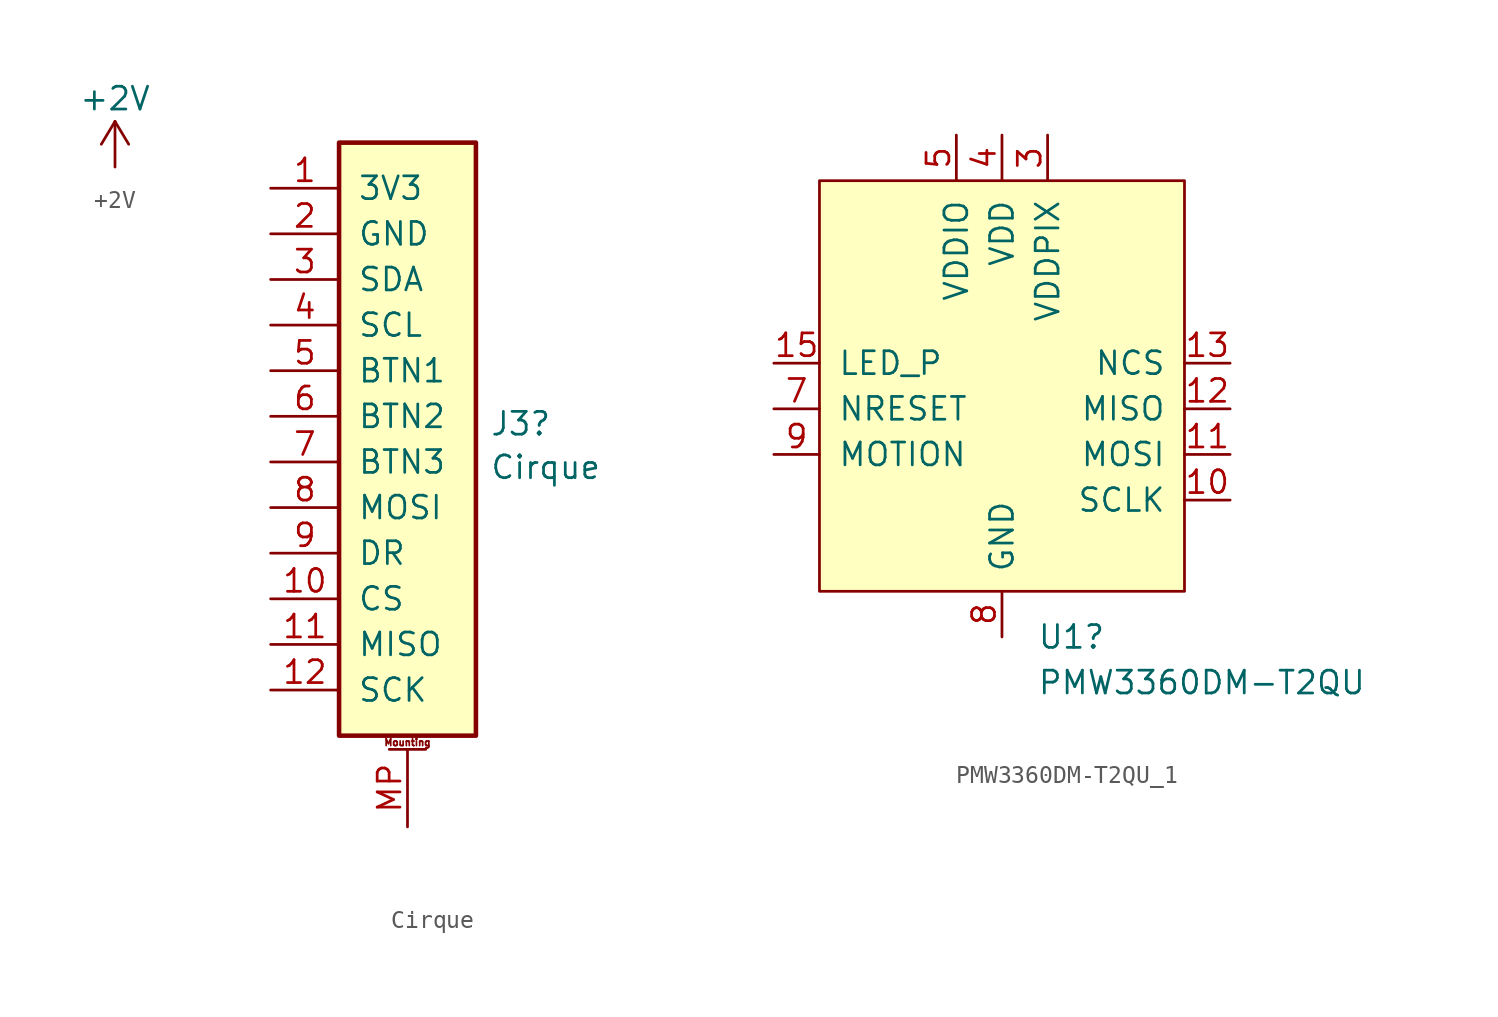
<source format=kicad_sym>
(kicad_symbol_lib
  (version 20220914)
  (generator kicad_symbol_editor)
  (symbol "+2V"
    (power)
    (pin_names
      (offset 0))
    (property "Reference" "#PWR06"
      (at 0 -3.81 0)
      (effects (font (size 1.27 1.27)) hide))
    (property "Value" "+2V"
      (at 0 3.81 0)
      (effects (font (size 1.27 1.27))))
    (symbol "+2V_0_1"
      (polyline (pts (xy -0.762 1.27) (xy 0 2.54)) (stroke (width 0) (type default)) (fill (type none)))
      (polyline (pts (xy 0 0) (xy 0 2.54)) (stroke (width 0) (type default)) (fill (type none)))
      (polyline (pts (xy 0 2.54) (xy 0.762 1.27)) (stroke (width 0) (type default)) (fill (type none))))
    (symbol "+2V_1_1"
      (pin power_in line (at 0 0 90) (length 0) hide (name "+2V" (effects (font (size 1.27 1.27)))) (number "1" (effects (font (size 1.27 1.27)))))))
  (symbol "Cirque"
    (pin_names
      (offset 1.016))
    (property "Reference" "J3"
      (at 4.572 -0.413 0)
      (effects (font (size 1.27 1.27)) (justify left)))
    (property "Value" "Cirque"
      (at 4.572 -2.838 0)
      (effects (font (size 1.27 1.27)) (justify left)))
    (symbol "Cirque_1_1"
      (rectangle (start -3.81 15.24) (end 3.81 -17.78) (stroke (width 0.254) (type default)) (fill (type background)))
      (polyline (pts (xy -1.016 -18.542) (xy 1.016 -18.542)) (stroke (width 0.152) (type default)) (fill (type none)))
      (text "Mounting" (at 0 -18.161 0) (effects (font (size 0.381 0.381))))
      (pin passive line (at -7.62 12.7 0) (length 3.81) (name "3V3" (effects (font (size 1.27 1.27)))) (number "1" (effects (font (size 1.27 1.27)))))
      (pin passive line (at -7.62 -10.16 0) (length 3.81) (name "CS" (effects (font (size 1.27 1.27)))) (number "10" (effects (font (size 1.27 1.27)))))
      (pin passive line (at -7.62 -12.7 0) (length 3.81) (name "MISO" (effects (font (size 1.27 1.27)))) (number "11" (effects (font (size 1.27 1.27)))))
      (pin passive line (at -7.62 -15.24 0) (length 3.81) (name "SCK" (effects (font (size 1.27 1.27)))) (number "12" (effects (font (size 1.27 1.27)))))
      (pin passive line (at -7.62 10.16 0) (length 3.81) (name "GND" (effects (font (size 1.27 1.27)))) (number "2" (effects (font (size 1.27 1.27)))))
      (pin passive line (at -7.62 7.62 0) (length 3.81) (name "SDA" (effects (font (size 1.27 1.27)))) (number "3" (effects (font (size 1.27 1.27)))))
      (pin passive line (at -7.62 5.08 0) (length 3.81) (name "SCL" (effects (font (size 1.27 1.27)))) (number "4" (effects (font (size 1.27 1.27)))))
      (pin passive line (at -7.62 2.54 0) (length 3.81) (name "BTN1" (effects (font (size 1.27 1.27)))) (number "5" (effects (font (size 1.27 1.27)))))
      (pin passive line (at -7.62 0 0) (length 3.81) (name "BTN2" (effects (font (size 1.27 1.27)))) (number "6" (effects (font (size 1.27 1.27)))))
      (pin passive line (at -7.62 -2.54 0) (length 3.81) (name "BTN3" (effects (font (size 1.27 1.27)))) (number "7" (effects (font (size 1.27 1.27)))))
      (pin passive line (at -7.62 -5.08 0) (length 3.81) (name "MOSI" (effects (font (size 1.27 1.27)))) (number "8" (effects (font (size 1.27 1.27)))))
      (pin passive line (at -7.62 -7.62 0) (length 3.81) (name "DR" (effects (font (size 1.27 1.27)))) (number "9" (effects (font (size 1.27 1.27)))))
      (pin passive line (at 0 -22.86 90) (length 4.318) (name "" (effects (font (size 1.27 1.27)))) (number "MP" (effects (font (size 1.27 1.27)))))))
  (symbol "PMW3360DM-T2QU_1"
    (pin_names
      (offset 1.016))
    (property "Reference" "U1"
      (at 1.956 -15.24 0)
      (effects (font (size 1.27 1.27)) (justify left)))
    (property "Value" "PMW3360DM-T2QU"
      (at 1.956 -17.78 0)
      (effects (font (size 1.27 1.27)) (justify left)))
    (symbol "PMW3360DM-T2QU_1_0_1"
      (rectangle (start -10.16 10.16) (end 10.16 -12.7) (stroke (width 0) (type default)) (fill (type background))))
    (symbol "PMW3360DM-T2QU_1_1_1"
      (pin no_connect line (at -12.7 7.62 0) (length 2.54) hide (name "NC" (effects (font (size 1.27 1.27)))) (number "1" (effects (font (size 1.27 1.27)))))
      (pin input line (at 12.7 -7.62 180) (length 2.54) (name "SCLK" (effects (font (size 1.27 1.27)))) (number "10" (effects (font (size 1.27 1.27)))))
      (pin input line (at 12.7 -5.08 180) (length 2.54) (name "MOSI" (effects (font (size 1.27 1.27)))) (number "11" (effects (font (size 1.27 1.27)))))
      (pin output line (at 12.7 -2.54 180) (length 2.54) (name "MISO" (effects (font (size 1.27 1.27)))) (number "12" (effects (font (size 1.27 1.27)))))
      (pin input line (at 12.7 0 180) (length 2.54) (name "NCS" (effects (font (size 1.27 1.27)))) (number "13" (effects (font (size 1.27 1.27)))))
      (pin no_connect line (at -12.7 7.62 0) (length 2.54) hide (name "NC" (effects (font (size 1.27 1.27)))) (number "14" (effects (font (size 1.27 1.27)))))
      (pin input line (at -12.7 0 0) (length 2.54) (name "LED_P" (effects (font (size 1.27 1.27)))) (number "15" (effects (font (size 1.27 1.27)))))
      (pin no_connect line (at -12.7 7.62 0) (length 2.54) hide (name "NC" (effects (font (size 1.27 1.27)))) (number "16" (effects (font (size 1.27 1.27)))))
      (pin no_connect line (at -12.7 7.62 0) (length 2.54) hide (name "NC" (effects (font (size 1.27 1.27)))) (number "2" (effects (font (size 1.27 1.27)))))
      (pin power_in line (at 2.54 12.7 270) (length 2.54) (name "VDDPIX" (effects (font (size 1.27 1.27)))) (number "3" (effects (font (size 1.27 1.27)))))
      (pin power_in line (at 0 12.7 270) (length 2.54) (name "VDD" (effects (font (size 1.27 1.27)))) (number "4" (effects (font (size 1.27 1.27)))))
      (pin power_in line (at -2.54 12.7 270) (length 2.54) (name "VDDIO" (effects (font (size 1.27 1.27)))) (number "5" (effects (font (size 1.27 1.27)))))
      (pin no_connect line (at -12.7 7.62 0) (length 2.54) hide (name "NC" (effects (font (size 1.27 1.27)))) (number "6" (effects (font (size 1.27 1.27)))))
      (pin input line (at -12.7 -2.54 0) (length 2.54) (name "NRESET" (effects (font (size 1.27 1.27)))) (number "7" (effects (font (size 1.27 1.27)))))
      (pin power_in line (at 0 -15.24 90) (length 2.54) (name "GND" (effects (font (size 1.27 1.27)))) (number "8" (effects (font (size 1.27 1.27)))))
      (pin output line (at -12.7 -5.08 0) (length 2.54) (name "MOTION" (effects (font (size 1.27 1.27)))) (number "9" (effects (font (size 1.27 1.27))))))))
</source>
